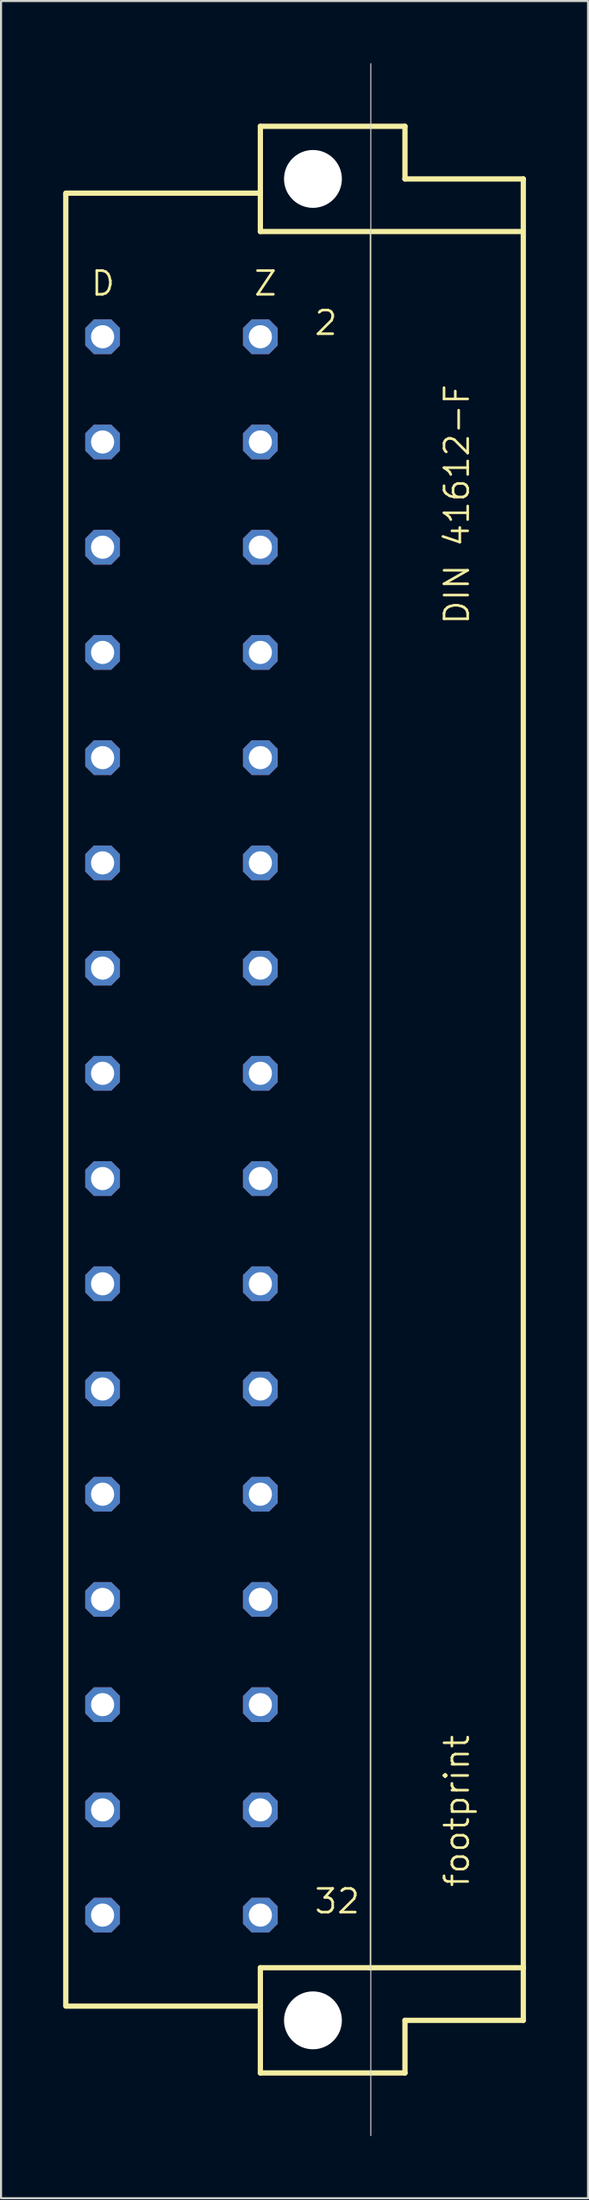
<source format=kicad_pcb>
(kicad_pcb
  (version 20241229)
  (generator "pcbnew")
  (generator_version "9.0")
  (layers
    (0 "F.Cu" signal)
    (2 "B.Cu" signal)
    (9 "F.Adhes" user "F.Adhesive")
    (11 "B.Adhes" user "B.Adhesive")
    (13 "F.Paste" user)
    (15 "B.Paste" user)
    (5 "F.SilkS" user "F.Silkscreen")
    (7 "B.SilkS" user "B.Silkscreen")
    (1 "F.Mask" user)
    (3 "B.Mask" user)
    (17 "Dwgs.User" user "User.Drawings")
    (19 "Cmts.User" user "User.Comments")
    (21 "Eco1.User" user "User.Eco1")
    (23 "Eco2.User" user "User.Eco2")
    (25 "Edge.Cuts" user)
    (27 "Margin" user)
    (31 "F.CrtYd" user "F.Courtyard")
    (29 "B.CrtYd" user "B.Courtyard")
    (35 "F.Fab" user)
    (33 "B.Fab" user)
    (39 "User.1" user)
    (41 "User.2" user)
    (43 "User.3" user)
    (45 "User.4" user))
  (footprint "footprint"
    (layer "F.Cu")
    (at 12.065 50.038)
    (property "Reference" "footprint" (at 7.62 38.1 90) (layer "F.SilkS") (effects (font (size 1.143 1.143) (thickness 0.127)) (justify left bottom)))
    (fp_line (start -11.938 -43.764) (end -2.54 -43.764) (stroke (width 0.254) (type solid)) (layer "F.SilkS"))
    (fp_line (start -11.938 43.688) (end -11.938 -43.688) (stroke (width 0.254) (type solid)) (layer "F.SilkS"))
    (fp_line (start -11.938 43.764) (end -2.54 43.764) (stroke (width 0.254) (type solid)) (layer "F.SilkS"))
    (fp_line (start -2.54 -46.99) (end -2.54 -43.764) (stroke (width 0.254) (type solid)) (layer "F.SilkS"))
    (fp_line (start -2.54 -43.764) (end -2.54 -41.91) (stroke (width 0.254) (type solid)) (layer "F.SilkS"))
    (fp_line (start -2.54 -41.91) (end 10.109 -41.91) (stroke (width 0.254) (type solid)) (layer "F.SilkS"))
    (fp_line (start -2.54 41.91) (end -2.54 43.764) (stroke (width 0.254) (type solid)) (layer "F.SilkS"))
    (fp_line (start -2.54 41.91) (end 2.769 41.91) (stroke (width 0.254) (type solid)) (layer "F.SilkS"))
    (fp_line (start -2.54 43.764) (end -2.54 46.99) (stroke (width 0.254) (type solid)) (layer "F.SilkS"))
    (fp_line (start -2.54 46.99) (end 4.445 46.99) (stroke (width 0.254) (type solid)) (layer "F.SilkS"))
    (fp_line (start 2.769 -41.783) (end 2.769 41.91) (stroke (width 0.051) (type solid)) (layer "F.SilkS"))
    (fp_line (start 2.769 41.91) (end 10.16 41.91) (stroke (width 0.254) (type solid)) (layer "F.SilkS"))
    (fp_line (start 4.445 -46.99) (end -2.54 -46.99) (stroke (width 0.254) (type solid)) (layer "F.SilkS"))
    (fp_line (start 4.445 -44.45) (end 4.445 -46.99) (stroke (width 0.254) (type solid)) (layer "F.SilkS"))
    (fp_line (start 4.445 44.45) (end 10.16 44.45) (stroke (width 0.254) (type solid)) (layer "F.SilkS"))
    (fp_line (start 4.445 46.99) (end 4.445 44.45) (stroke (width 0.254) (type solid)) (layer "F.SilkS"))
    (fp_line (start 10.16 -44.45) (end 4.445 -44.45) (stroke (width 0.254) (type solid)) (layer "F.SilkS"))
    (fp_line (start 10.16 41.91) (end 10.16 -44.45) (stroke (width 0.254) (type solid)) (layer "F.SilkS"))
    (fp_line (start 10.16 44.45) (end 10.16 41.91) (stroke (width 0.254) (type solid)) (layer "F.SilkS"))
    (fp_line (start 2.794 50.013) (end 2.794 -50.013) (stroke (width 0.05) (type solid)) (layer "Edge.Cuts"))
    (fp_text user "Z" (at -2.921 -38.735 0) (layer "F.SilkS") (effects (font (size 1.143 1.143) (thickness 0.127)) (justify left bottom)))
    (fp_text user "32" (at 0 39.37 0) (layer "F.SilkS") (effects (font (size 1.143 1.143) (thickness 0.127)) (justify left bottom)))
    (fp_text user "DIN 41612-F" (at 7.62 -22.86 90) (layer "F.SilkS") (effects (font (size 1.143 1.143) (thickness 0.127)) (justify left bottom)))
    (fp_text user "D" (at -10.795 -38.735 0) (layer "F.SilkS") (effects (font (size 1.143 1.143) (thickness 0.127)) (justify left bottom)))
    (fp_text user "2" (at 0 -36.83 0) (layer "F.SilkS") (effects (font (size 1.143 1.143) (thickness 0.127)) (justify left bottom)))
    (pad "" np_thru_hole circle (at 0 -44.45) (size 2.794 2.794) (drill 2.794) (layers "*.Cu" "*.Mask"))
    (pad "" np_thru_hole circle (at 0 44.45) (size 2.794 2.794) (drill 2.794) (layers "*.Cu" "*.Mask"))
    (pad "D2" thru_hole roundrect (at -10.16 -36.83) (size 1.676 1.676) (drill 1.118) (layers "*.Cu" "*.Mask") (roundrect_rratio 0.25) (chamfer_ratio 0.25) (chamfer top_left top_right bottom_left bottom_right))
    (pad "D4" thru_hole roundrect (at -10.16 -31.75) (size 1.676 1.676) (drill 1.118) (layers "*.Cu" "*.Mask") (roundrect_rratio 0.25) (chamfer_ratio 0.25) (chamfer top_left top_right bottom_left bottom_right))
    (pad "D6" thru_hole roundrect (at -10.16 -26.67) (size 1.676 1.676) (drill 1.118) (layers "*.Cu" "*.Mask") (roundrect_rratio 0.25) (chamfer_ratio 0.25) (chamfer top_left top_right bottom_left bottom_right))
    (pad "D8" thru_hole roundrect (at -10.16 -21.59) (size 1.676 1.676) (drill 1.118) (layers "*.Cu" "*.Mask") (roundrect_rratio 0.25) (chamfer_ratio 0.25) (chamfer top_left top_right bottom_left bottom_right))
    (pad "D10" thru_hole roundrect (at -10.16 -16.51) (size 1.676 1.676) (drill 1.118) (layers "*.Cu" "*.Mask") (roundrect_rratio 0.25) (chamfer_ratio 0.25) (chamfer top_left top_right bottom_left bottom_right))
    (pad "D12" thru_hole roundrect (at -10.16 -11.43) (size 1.676 1.676) (drill 1.118) (layers "*.Cu" "*.Mask") (roundrect_rratio 0.25) (chamfer_ratio 0.25) (chamfer top_left top_right bottom_left bottom_right))
    (pad "D14" thru_hole roundrect (at -10.16 -6.35) (size 1.676 1.676) (drill 1.118) (layers "*.Cu" "*.Mask") (roundrect_rratio 0.25) (chamfer_ratio 0.25) (chamfer top_left top_right bottom_left bottom_right))
    (pad "D16" thru_hole roundrect (at -10.16 -1.27) (size 1.676 1.676) (drill 1.118) (layers "*.Cu" "*.Mask") (roundrect_rratio 0.25) (chamfer_ratio 0.25) (chamfer top_left top_right bottom_left bottom_right))
    (pad "D18" thru_hole roundrect (at -10.16 3.81) (size 1.676 1.676) (drill 1.118) (layers "*.Cu" "*.Mask") (roundrect_rratio 0.25) (chamfer_ratio 0.25) (chamfer top_left top_right bottom_left bottom_right))
    (pad "D20" thru_hole roundrect (at -10.16 8.89) (size 1.676 1.676) (drill 1.118) (layers "*.Cu" "*.Mask") (roundrect_rratio 0.25) (chamfer_ratio 0.25) (chamfer top_left top_right bottom_left bottom_right))
    (pad "D22" thru_hole roundrect (at -10.16 13.97) (size 1.676 1.676) (drill 1.118) (layers "*.Cu" "*.Mask") (roundrect_rratio 0.25) (chamfer_ratio 0.25) (chamfer top_left top_right bottom_left bottom_right))
    (pad "D24" thru_hole roundrect (at -10.16 19.05) (size 1.676 1.676) (drill 1.118) (layers "*.Cu" "*.Mask") (roundrect_rratio 0.25) (chamfer_ratio 0.25) (chamfer top_left top_right bottom_left bottom_right))
    (pad "D26" thru_hole roundrect (at -10.16 24.13) (size 1.676 1.676) (drill 1.118) (layers "*.Cu" "*.Mask") (roundrect_rratio 0.25) (chamfer_ratio 0.25) (chamfer top_left top_right bottom_left bottom_right))
    (pad "D28" thru_hole roundrect (at -10.16 29.21) (size 1.676 1.676) (drill 1.118) (layers "*.Cu" "*.Mask") (roundrect_rratio 0.25) (chamfer_ratio 0.25) (chamfer top_left top_right bottom_left bottom_right))
    (pad "D30" thru_hole roundrect (at -10.16 34.29) (size 1.676 1.676) (drill 1.118) (layers "*.Cu" "*.Mask") (roundrect_rratio 0.25) (chamfer_ratio 0.25) (chamfer top_left top_right bottom_left bottom_right))
    (pad "D32" thru_hole roundrect (at -10.16 39.37) (size 1.676 1.676) (drill 1.118) (layers "*.Cu" "*.Mask") (roundrect_rratio 0.25) (chamfer_ratio 0.25) (chamfer top_left top_right bottom_left bottom_right))
    (pad "Z2" thru_hole roundrect (at -2.54 -36.83) (size 1.676 1.676) (drill 1.118) (layers "*.Cu" "*.Mask") (roundrect_rratio 0.25) (chamfer_ratio 0.25) (chamfer top_left top_right bottom_left bottom_right))
    (pad "Z4" thru_hole roundrect (at -2.54 -31.75) (size 1.676 1.676) (drill 1.118) (layers "*.Cu" "*.Mask") (roundrect_rratio 0.25) (chamfer_ratio 0.25) (chamfer top_left top_right bottom_left bottom_right))
    (pad "Z6" thru_hole roundrect (at -2.54 -26.67) (size 1.676 1.676) (drill 1.118) (layers "*.Cu" "*.Mask") (roundrect_rratio 0.25) (chamfer_ratio 0.25) (chamfer top_left top_right bottom_left bottom_right))
    (pad "Z8" thru_hole roundrect (at -2.54 -21.59) (size 1.676 1.676) (drill 1.118) (layers "*.Cu" "*.Mask") (roundrect_rratio 0.25) (chamfer_ratio 0.25) (chamfer top_left top_right bottom_left bottom_right))
    (pad "Z10" thru_hole roundrect (at -2.54 -16.51) (size 1.676 1.676) (drill 1.118) (layers "*.Cu" "*.Mask") (roundrect_rratio 0.25) (chamfer_ratio 0.25) (chamfer top_left top_right bottom_left bottom_right))
    (pad "Z12" thru_hole roundrect (at -2.54 -11.43) (size 1.676 1.676) (drill 1.118) (layers "*.Cu" "*.Mask") (roundrect_rratio 0.25) (chamfer_ratio 0.25) (chamfer top_left top_right bottom_left bottom_right))
    (pad "Z14" thru_hole roundrect (at -2.54 -6.35) (size 1.676 1.676) (drill 1.118) (layers "*.Cu" "*.Mask") (roundrect_rratio 0.25) (chamfer_ratio 0.25) (chamfer top_left top_right bottom_left bottom_right))
    (pad "Z16" thru_hole roundrect (at -2.54 -1.27) (size 1.676 1.676) (drill 1.118) (layers "*.Cu" "*.Mask") (roundrect_rratio 0.25) (chamfer_ratio 0.25) (chamfer top_left top_right bottom_left bottom_right))
    (pad "Z18" thru_hole roundrect (at -2.54 3.81) (size 1.676 1.676) (drill 1.118) (layers "*.Cu" "*.Mask") (roundrect_rratio 0.25) (chamfer_ratio 0.25) (chamfer top_left top_right bottom_left bottom_right))
    (pad "Z20" thru_hole roundrect (at -2.54 8.89) (size 1.676 1.676) (drill 1.118) (layers "*.Cu" "*.Mask") (roundrect_rratio 0.25) (chamfer_ratio 0.25) (chamfer top_left top_right bottom_left bottom_right))
    (pad "Z22" thru_hole roundrect (at -2.54 13.97) (size 1.676 1.676) (drill 1.118) (layers "*.Cu" "*.Mask") (roundrect_rratio 0.25) (chamfer_ratio 0.25) (chamfer top_left top_right bottom_left bottom_right))
    (pad "Z24" thru_hole roundrect (at -2.54 19.05) (size 1.676 1.676) (drill 1.118) (layers "*.Cu" "*.Mask") (roundrect_rratio 0.25) (chamfer_ratio 0.25) (chamfer top_left top_right bottom_left bottom_right))
    (pad "Z26" thru_hole roundrect (at -2.54 24.13) (size 1.676 1.676) (drill 1.118) (layers "*.Cu" "*.Mask") (roundrect_rratio 0.25) (chamfer_ratio 0.25) (chamfer top_left top_right bottom_left bottom_right))
    (pad "Z28" thru_hole roundrect (at -2.54 29.21) (size 1.676 1.676) (drill 1.118) (layers "*.Cu" "*.Mask") (roundrect_rratio 0.25) (chamfer_ratio 0.25) (chamfer top_left top_right bottom_left bottom_right))
    (pad "Z30" thru_hole roundrect (at -2.54 34.29) (size 1.676 1.676) (drill 1.118) (layers "*.Cu" "*.Mask") (roundrect_rratio 0.25) (chamfer_ratio 0.25) (chamfer top_left top_right bottom_left bottom_right))
    (pad "Z32" thru_hole roundrect (at -2.54 39.37) (size 1.676 1.676) (drill 1.118) (layers "*.Cu" "*.Mask") (roundrect_rratio 0.25) (chamfer_ratio 0.25) (chamfer top_left top_right bottom_left bottom_right))
    (zone (net_name "") (layers "F.Cu" "B.Cu") (hatch edge 0.508) (connect_pads) (min_thickness 0.254) (filled_areas_thickness no) (keepout (tracks allowed) (vias not_allowed) (pads allowed) (copperpour allowed) (footprints allowed)) (placement (enabled no)) (fill) (polygon (pts (xy 15.24 5.588) (xy 15.192 5.036) (xy 15.049 4.502) (xy 14.815 4) (xy 14.497 3.547) (xy 14.106 3.155) (xy 13.652 2.838) (xy 13.151 2.604) (xy 12.616 2.461) (xy 12.065 2.413) (xy 11.514 2.461) (xy 10.979 2.604) (xy 10.477 2.838) (xy 10.024 3.155) (xy 9.633 3.547) (xy 9.315 4) (xy 9.081 4.502) (xy 8.938 5.036) (xy 8.89 5.588) (xy 8.938 6.139) (xy 9.081 6.674) (xy 9.315 7.175) (xy 9.633 7.628) (xy 10.024 8.02) (xy 10.477 8.337) (xy 10.979 8.571) (xy 11.514 8.714) (xy 12.065 8.763) (xy 12.616 8.714) (xy 13.151 8.571) (xy 13.652 8.337) (xy 14.106 8.02) (xy 14.497 7.628) (xy 14.815 7.175) (xy 15.049 6.674) (xy 15.192 6.139))) (polygon (pts (xy 13.462 5.588) (xy 13.441 5.345) (xy 13.378 5.11) (xy 13.275 4.889) (xy 13.135 4.69) (xy 12.963 4.517) (xy 12.764 4.378) (xy 12.543 4.275) (xy 12.308 4.212) (xy 12.065 4.191) (xy 11.822 4.212) (xy 11.587 4.275) (xy 11.367 4.378) (xy 11.167 4.517) (xy 10.995 4.69) (xy 10.855 4.889) (xy 10.752 5.11) (xy 10.689 5.345) (xy 10.668 5.588) (xy 10.689 5.83) (xy 10.752 6.065) (xy 10.855 6.286) (xy 10.995 6.486) (xy 11.167 6.658) (xy 11.367 6.797) (xy 11.587 6.9) (xy 11.822 6.963) (xy 12.065 6.985) (xy 12.308 6.963) (xy 12.543 6.9) (xy 12.764 6.797) (xy 12.963 6.658) (xy 13.135 6.486) (xy 13.275 6.286) (xy 13.378 6.065) (xy 13.441 5.83))))
    (zone (net_name "") (layers "F.Cu" "B.Cu") (hatch edge 0.508) (connect_pads) (min_thickness 0.254) (filled_areas_thickness no) (keepout (tracks allowed) (vias not_allowed) (pads allowed) (copperpour allowed) (footprints allowed)) (placement (enabled no)) (fill) (polygon (pts (xy 15.24 94.488) (xy 15.192 93.936) (xy 15.049 93.402) (xy 14.815 92.9) (xy 14.497 92.447) (xy 14.106 92.055) (xy 13.652 91.738) (xy 13.151 91.504) (xy 12.616 91.361) (xy 12.065 91.313) (xy 11.514 91.361) (xy 10.979 91.504) (xy 10.477 91.738) (xy 10.024 92.055) (xy 9.633 92.447) (xy 9.315 92.9) (xy 9.081 93.402) (xy 8.938 93.936) (xy 8.89 94.488) (xy 8.938 95.039) (xy 9.081 95.574) (xy 9.315 96.075) (xy 9.633 96.528) (xy 10.024 96.92) (xy 10.477 97.237) (xy 10.979 97.471) (xy 11.514 97.614) (xy 12.065 97.663) (xy 12.616 97.614) (xy 13.151 97.471) (xy 13.652 97.237) (xy 14.106 96.92) (xy 14.497 96.528) (xy 14.815 96.075) (xy 15.049 95.574) (xy 15.192 95.039))) (polygon (pts (xy 13.462 94.488) (xy 13.441 94.245) (xy 13.378 94.01) (xy 13.275 93.789) (xy 13.135 93.59) (xy 12.963 93.417) (xy 12.764 93.278) (xy 12.543 93.175) (xy 12.308 93.112) (xy 12.065 93.091) (xy 11.822 93.112) (xy 11.587 93.175) (xy 11.367 93.278) (xy 11.167 93.417) (xy 10.995 93.59) (xy 10.855 93.789) (xy 10.752 94.01) (xy 10.689 94.245) (xy 10.668 94.488) (xy 10.689 94.73) (xy 10.752 94.965) (xy 10.855 95.186) (xy 10.995 95.386) (xy 11.167 95.558) (xy 11.367 95.697) (xy 11.587 95.8) (xy 11.822 95.863) (xy 12.065 95.885) (xy 12.308 95.863) (xy 12.543 95.8) (xy 12.764 95.697) (xy 12.963 95.558) (xy 13.135 95.386) (xy 13.275 95.186) (xy 13.378 94.965) (xy 13.441 94.73))))
    (zone (net_name "") (layer "B.Cu") (hatch edge 0.508) (connect_pads) (min_thickness 0.254) (filled_areas_thickness no) (keepout (tracks not_allowed) (vias not_allowed) (pads not_allowed) (copperpour not_allowed) (footprints allowed)) (placement (enabled no)) (fill) (polygon (pts (xy 15.24 5.588) (xy 15.192 5.036) (xy 15.049 4.502) (xy 14.815 4) (xy 14.497 3.547) (xy 14.106 3.155) (xy 13.652 2.838) (xy 13.151 2.604) (xy 12.616 2.461) (xy 12.065 2.413) (xy 11.514 2.461) (xy 10.979 2.604) (xy 10.477 2.838) (xy 10.024 3.155) (xy 9.633 3.547) (xy 9.315 4) (xy 9.081 4.502) (xy 8.938 5.036) (xy 8.89 5.588) (xy 8.938 6.139) (xy 9.081 6.674) (xy 9.315 7.175) (xy 9.633 7.628) (xy 10.024 8.02) (xy 10.477 8.337) (xy 10.979 8.571) (xy 11.514 8.714) (xy 12.065 8.763) (xy 12.616 8.714) (xy 13.151 8.571) (xy 13.652 8.337) (xy 14.106 8.02) (xy 14.497 7.628) (xy 14.815 7.175) (xy 15.049 6.674) (xy 15.192 6.139))) (polygon (pts (xy 13.462 5.588) (xy 13.441 5.345) (xy 13.378 5.11) (xy 13.275 4.889) (xy 13.135 4.69) (xy 12.963 4.517) (xy 12.764 4.378) (xy 12.543 4.275) (xy 12.308 4.212) (xy 12.065 4.191) (xy 11.822 4.212) (xy 11.587 4.275) (xy 11.367 4.378) (xy 11.167 4.517) (xy 10.995 4.69) (xy 10.855 4.889) (xy 10.752 5.11) (xy 10.689 5.345) (xy 10.668 5.588) (xy 10.689 5.83) (xy 10.752 6.065) (xy 10.855 6.286) (xy 10.995 6.486) (xy 11.167 6.658) (xy 11.367 6.797) (xy 11.587 6.9) (xy 11.822 6.963) (xy 12.065 6.985) (xy 12.308 6.963) (xy 12.543 6.9) (xy 12.764 6.797) (xy 12.963 6.658) (xy 13.135 6.486) (xy 13.275 6.286) (xy 13.378 6.065) (xy 13.441 5.83))))
    (zone (net_name "") (layer "B.Cu") (hatch edge 0.508) (connect_pads) (min_thickness 0.254) (filled_areas_thickness no) (keepout (tracks not_allowed) (vias not_allowed) (pads not_allowed) (copperpour not_allowed) (footprints allowed)) (placement (enabled no)) (fill) (polygon (pts (xy 15.24 94.488) (xy 15.192 93.936) (xy 15.049 93.402) (xy 14.815 92.9) (xy 14.497 92.447) (xy 14.106 92.055) (xy 13.652 91.738) (xy 13.151 91.504) (xy 12.616 91.361) (xy 12.065 91.313) (xy 11.514 91.361) (xy 10.979 91.504) (xy 10.477 91.738) (xy 10.024 92.055) (xy 9.633 92.447) (xy 9.315 92.9) (xy 9.081 93.402) (xy 8.938 93.936) (xy 8.89 94.488) (xy 8.938 95.039) (xy 9.081 95.574) (xy 9.315 96.075) (xy 9.633 96.528) (xy 10.024 96.92) (xy 10.477 97.237) (xy 10.979 97.471) (xy 11.514 97.614) (xy 12.065 97.663) (xy 12.616 97.614) (xy 13.151 97.471) (xy 13.652 97.237) (xy 14.106 96.92) (xy 14.497 96.528) (xy 14.815 96.075) (xy 15.049 95.574) (xy 15.192 95.039))) (polygon (pts (xy 13.462 94.488) (xy 13.441 94.245) (xy 13.378 94.01) (xy 13.275 93.789) (xy 13.135 93.59) (xy 12.963 93.417) (xy 12.764 93.278) (xy 12.543 93.175) (xy 12.308 93.112) (xy 12.065 93.091) (xy 11.822 93.112) (xy 11.587 93.175) (xy 11.367 93.278) (xy 11.167 93.417) (xy 10.995 93.59) (xy 10.855 93.789) (xy 10.752 94.01) (xy 10.689 94.245) (xy 10.668 94.488) (xy 10.689 94.73) (xy 10.752 94.965) (xy 10.855 95.186) (xy 10.995 95.386) (xy 11.167 95.558) (xy 11.367 95.697) (xy 11.587 95.8) (xy 11.822 95.863) (xy 12.065 95.885) (xy 12.308 95.863) (xy 12.543 95.8) (xy 12.764 95.697) (xy 12.963 95.558) (xy 13.135 95.386) (xy 13.275 95.186) (xy 13.378 94.965) (xy 13.441 94.73)))))
  (gr_rect
    (start -3 -3)
    (end 25.352 103.075)
    (stroke (width 0.1) (type default))
    (fill no)
    (layer "Edge.Cuts")))
</source>
